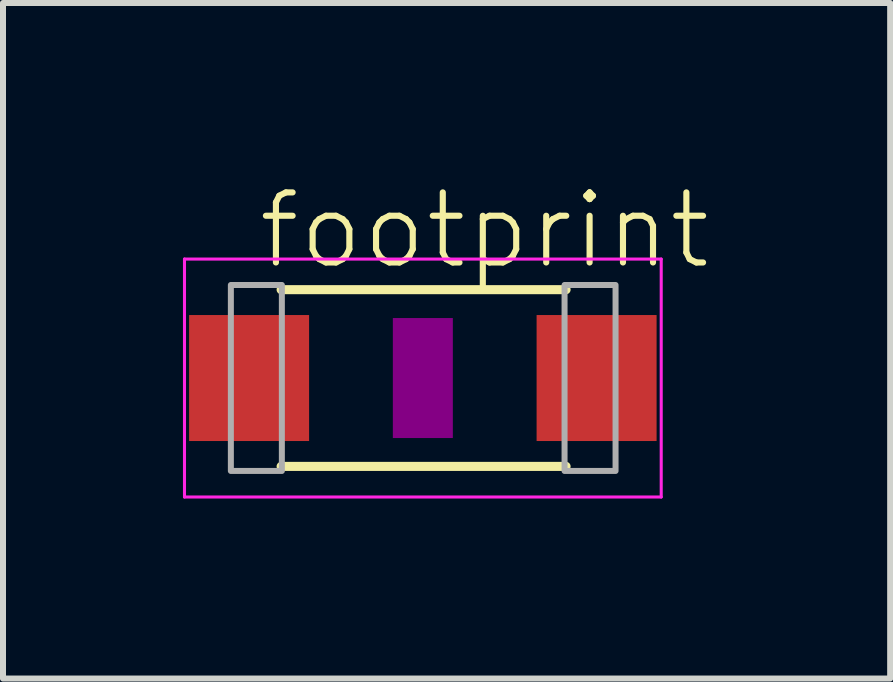
<source format=kicad_pcb>
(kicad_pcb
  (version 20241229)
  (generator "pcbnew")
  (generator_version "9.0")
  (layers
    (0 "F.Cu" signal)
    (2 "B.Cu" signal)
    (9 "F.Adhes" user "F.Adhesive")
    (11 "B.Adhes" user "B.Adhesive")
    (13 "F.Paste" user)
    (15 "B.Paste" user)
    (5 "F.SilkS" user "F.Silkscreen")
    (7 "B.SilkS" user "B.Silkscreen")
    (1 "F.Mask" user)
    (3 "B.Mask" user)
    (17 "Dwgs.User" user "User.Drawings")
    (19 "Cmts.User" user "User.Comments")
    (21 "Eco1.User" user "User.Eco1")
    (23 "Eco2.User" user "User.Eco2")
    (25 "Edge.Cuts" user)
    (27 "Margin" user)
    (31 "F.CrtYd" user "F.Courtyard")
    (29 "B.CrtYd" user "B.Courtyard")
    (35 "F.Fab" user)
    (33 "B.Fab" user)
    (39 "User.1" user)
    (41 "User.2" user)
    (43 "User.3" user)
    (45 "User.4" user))
  (footprint "footprint"
    (layer "F.Cu")
    (at 3.998 3.251)
    (property "Reference" "footprint" (at -2.794 -1.778 0) (layer "F.SilkS") (effects (font (size 1.168 1.168) (thickness 0.102)) (justify left bottom)))
    (fp_line (start -2.362 -1.473) (end 2.387 -1.473) (stroke (width 0.152) (type solid)) (layer "F.SilkS"))
    (fp_line (start -2.362 1.473) (end 2.387 1.473) (stroke (width 0.152) (type solid)) (layer "F.SilkS"))
    (fp_poly (pts (xy -0.5 1) (xy 0.5 1) (xy 0.5 -1) (xy -0.5 -1)) (stroke (width 0) (type solid)) (fill yes) (layer "F.Adhes"))
    (fp_line (start -3.973 -1.983) (end 3.973 -1.983) (stroke (width 0.051) (type solid)) (layer "F.CrtYd"))
    (fp_line (start -3.973 1.983) (end -3.973 -1.983) (stroke (width 0.051) (type solid)) (layer "F.CrtYd"))
    (fp_line (start 3.973 -1.983) (end 3.973 1.983) (stroke (width 0.051) (type solid)) (layer "F.CrtYd"))
    (fp_line (start 3.973 1.983) (end -3.973 1.983) (stroke (width 0.051) (type solid)) (layer "F.CrtYd"))
    (fp_poly (pts (xy -3.2 1.549) (xy -2.35 1.549) (xy -2.35 -1.551) (xy -3.2 -1.551)) (stroke (width 0.1) (type solid)) (fill no) (layer "F.Fab"))
    (fp_poly (pts (xy 2.362 1.549) (xy 3.212 1.549) (xy 3.212 -1.551) (xy 2.362 -1.551)) (stroke (width 0.1) (type solid)) (fill no) (layer "F.Fab"))
    (pad "1" smd rect (at -2.896 0) (size 2 2.1) (layers "F.Cu" "F.Mask" "F.Paste"))
    (pad "2" smd rect (at 2.896 0) (size 2 2.1) (layers "F.Cu" "F.Mask" "F.Paste")))
  (gr_rect
    (start -3 -3)
    (end 11.787 8.26)
    (stroke (width 0.1) (type default))
    (fill no)
    (layer "Edge.Cuts")))
</source>
